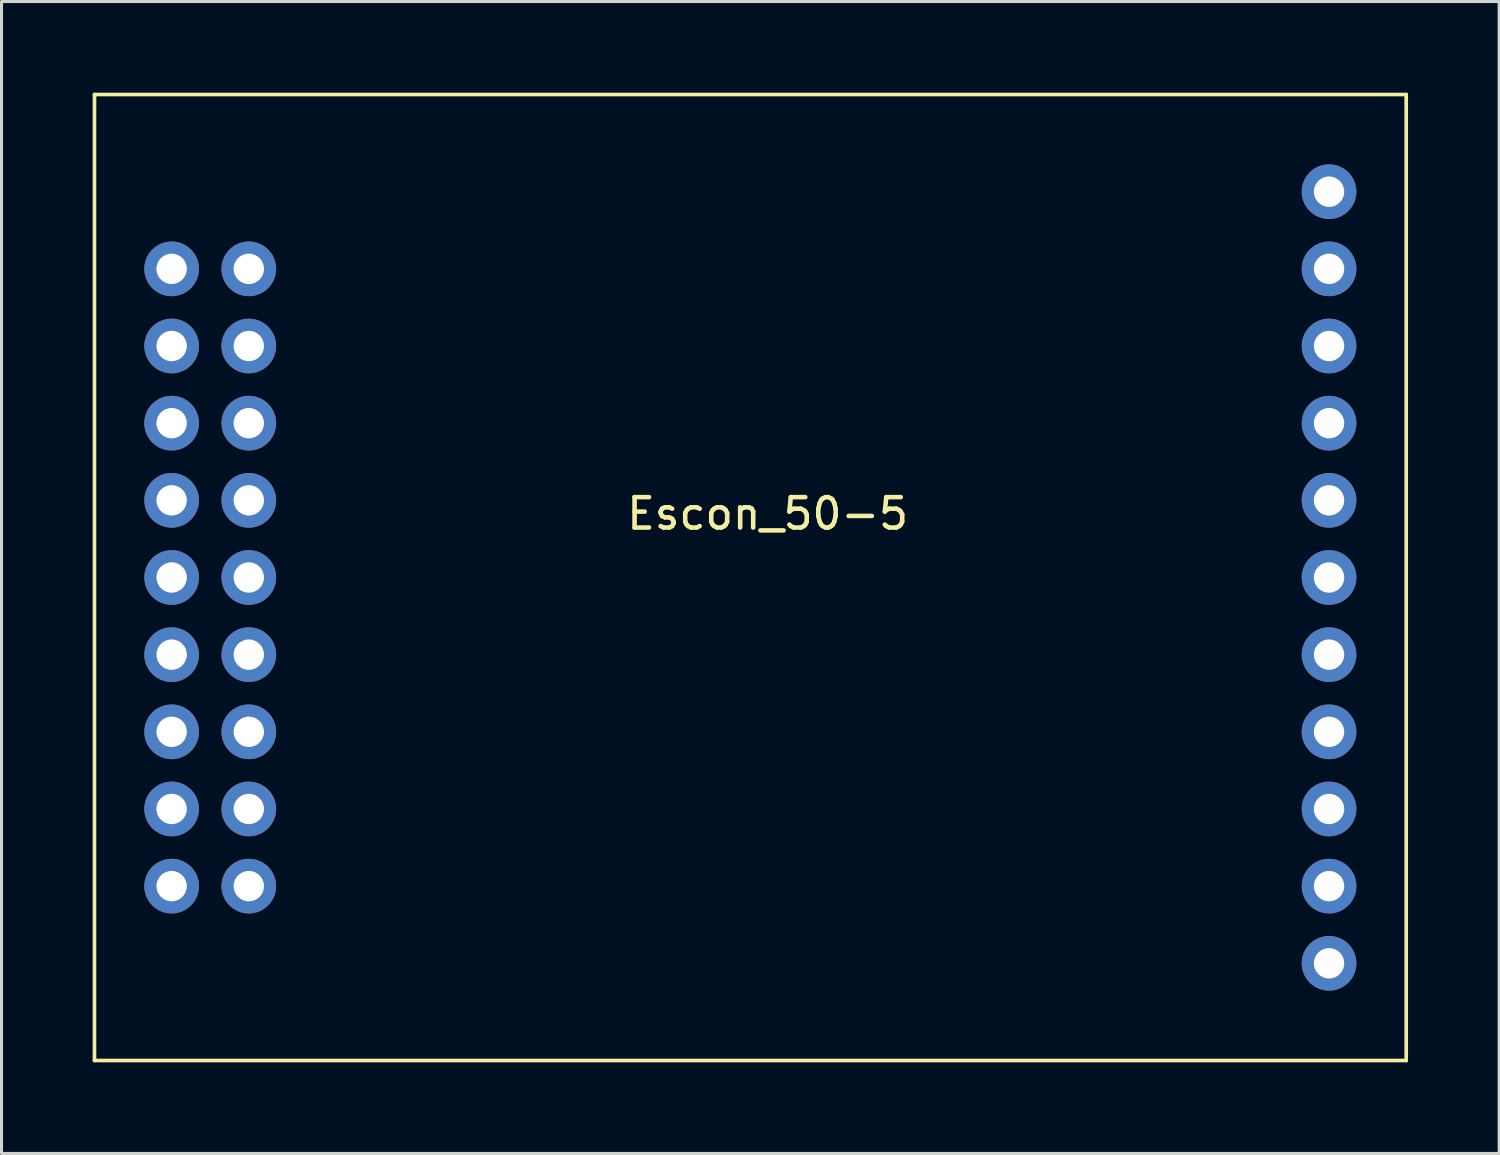
<source format=kicad_pcb>
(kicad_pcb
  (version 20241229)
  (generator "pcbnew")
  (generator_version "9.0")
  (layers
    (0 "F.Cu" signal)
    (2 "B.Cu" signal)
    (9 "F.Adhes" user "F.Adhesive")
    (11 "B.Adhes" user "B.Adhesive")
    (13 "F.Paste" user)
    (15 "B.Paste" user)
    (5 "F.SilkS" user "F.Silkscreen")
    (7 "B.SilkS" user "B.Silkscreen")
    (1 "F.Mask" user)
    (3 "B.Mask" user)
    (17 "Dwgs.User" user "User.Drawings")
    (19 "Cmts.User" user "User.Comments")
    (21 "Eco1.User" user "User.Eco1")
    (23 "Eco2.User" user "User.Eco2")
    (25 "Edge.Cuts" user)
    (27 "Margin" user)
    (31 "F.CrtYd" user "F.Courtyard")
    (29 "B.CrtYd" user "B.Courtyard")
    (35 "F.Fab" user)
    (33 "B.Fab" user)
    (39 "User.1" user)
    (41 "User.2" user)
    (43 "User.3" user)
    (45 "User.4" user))
  (footprint "Escon_50-5"
    (layer "F.Cu")
    (at 2.6 15.96)
    (property "Reference" "Escon_50-5" (at 19.62 -2.1 0) (layer "F.SilkS") (effects (font (size 1 1) (thickness 0.15))))
    (attr through_hole)
    (fp_line (start -2.54 -15.9) (end -2.54 15.9) (stroke (width 0.12) (type solid)) (layer "F.SilkS"))
    (fp_line (start -2.54 -15.9) (end 40.64 -15.9) (stroke (width 0.12) (type solid)) (layer "F.SilkS"))
    (fp_line (start 40.64 -15.9) (end 40.64 15.9) (stroke (width 0.12) (type solid)) (layer "F.SilkS"))
    (fp_line (start 40.64 15.9) (end -2.54 15.9) (stroke (width 0.12) (type solid)) (layer "F.SilkS"))
    (pad "1" thru_hole circle (at 0 -10.16) (size 1.8 1.8) (drill 1) (layers "*.Cu" "*.Mask"))
    (pad "2" thru_hole circle (at 2.54 -10.16) (size 1.8 1.8) (drill 1) (layers "*.Cu" "*.Mask"))
    (pad "3" thru_hole circle (at 0 -7.62) (size 1.8 1.8) (drill 1) (layers "*.Cu" "*.Mask"))
    (pad "4" thru_hole circle (at 2.54 -7.62) (size 1.8 1.8) (drill 1) (layers "*.Cu" "*.Mask"))
    (pad "5" thru_hole circle (at 0 -5.08) (size 1.8 1.8) (drill 1) (layers "*.Cu" "*.Mask"))
    (pad "6" thru_hole circle (at 2.54 -5.08) (size 1.8 1.8) (drill 1) (layers "*.Cu" "*.Mask"))
    (pad "7" thru_hole circle (at 0 -2.54) (size 1.8 1.8) (drill 1) (layers "*.Cu" "*.Mask"))
    (pad "8" thru_hole circle (at 2.54 -2.54) (size 1.8 1.8) (drill 1) (layers "*.Cu" "*.Mask"))
    (pad "9" thru_hole circle (at 0 0) (size 1.8 1.8) (drill 1) (layers "*.Cu" "*.Mask"))
    (pad "10" thru_hole circle (at 2.54 0) (size 1.8 1.8) (drill 1) (layers "*.Cu" "*.Mask"))
    (pad "11" thru_hole circle (at 0 2.54) (size 1.8 1.8) (drill 1) (layers "*.Cu" "*.Mask"))
    (pad "12" thru_hole circle (at 2.54 2.54) (size 1.8 1.8) (drill 1) (layers "*.Cu" "*.Mask"))
    (pad "13" thru_hole circle (at 0 5.08) (size 1.8 1.8) (drill 1) (layers "*.Cu" "*.Mask"))
    (pad "14" thru_hole circle (at 2.54 5.08) (size 1.8 1.8) (drill 1) (layers "*.Cu" "*.Mask"))
    (pad "15" thru_hole circle (at 0 7.62) (size 1.8 1.8) (drill 1) (layers "*.Cu" "*.Mask"))
    (pad "16" thru_hole circle (at 2.54 7.62) (size 1.8 1.8) (drill 1) (layers "*.Cu" "*.Mask"))
    (pad "17" thru_hole circle (at 0 10.16) (size 1.8 1.8) (drill 1) (layers "*.Cu" "*.Mask"))
    (pad "18" thru_hole circle (at 2.54 10.16) (size 1.8 1.8) (drill 1) (layers "*.Cu" "*.Mask"))
    (pad "19" thru_hole circle (at 38.1 12.7) (size 1.8 1.8) (drill 1) (layers "*.Cu" "*.Mask"))
    (pad "20" thru_hole circle (at 38.1 10.16) (size 1.8 1.8) (drill 1) (layers "*.Cu" "*.Mask"))
    (pad "21" thru_hole circle (at 38.1 7.62) (size 1.8 1.8) (drill 1) (layers "*.Cu" "*.Mask"))
    (pad "22" thru_hole circle (at 38.1 5.08) (size 1.8 1.8) (drill 1) (layers "*.Cu" "*.Mask"))
    (pad "23" thru_hole circle (at 38.1 2.54) (size 1.8 1.8) (drill 1) (layers "*.Cu" "*.Mask"))
    (pad "24" thru_hole circle (at 38.1 0) (size 1.8 1.8) (drill 1) (layers "*.Cu" "*.Mask"))
    (pad "25" thru_hole circle (at 38.1 -2.54) (size 1.8 1.8) (drill 1) (layers "*.Cu" "*.Mask"))
    (pad "26" thru_hole circle (at 38.1 -5.08) (size 1.8 1.8) (drill 1) (layers "*.Cu" "*.Mask"))
    (pad "27" thru_hole circle (at 38.1 -7.62) (size 1.8 1.8) (drill 1) (layers "*.Cu" "*.Mask"))
    (pad "28" thru_hole circle (at 38.1 -10.16) (size 1.8 1.8) (drill 1) (layers "*.Cu" "*.Mask"))
    (pad "29" thru_hole circle (at 38.1 -12.7) (size 1.8 1.8) (drill 1) (layers "*.Cu" "*.Mask")))
  (gr_rect
    (start -3 -3)
    (end 46.3 34.92)
    (stroke (width 0.1) (type default))
    (fill no)
    (layer "Edge.Cuts")))
</source>
